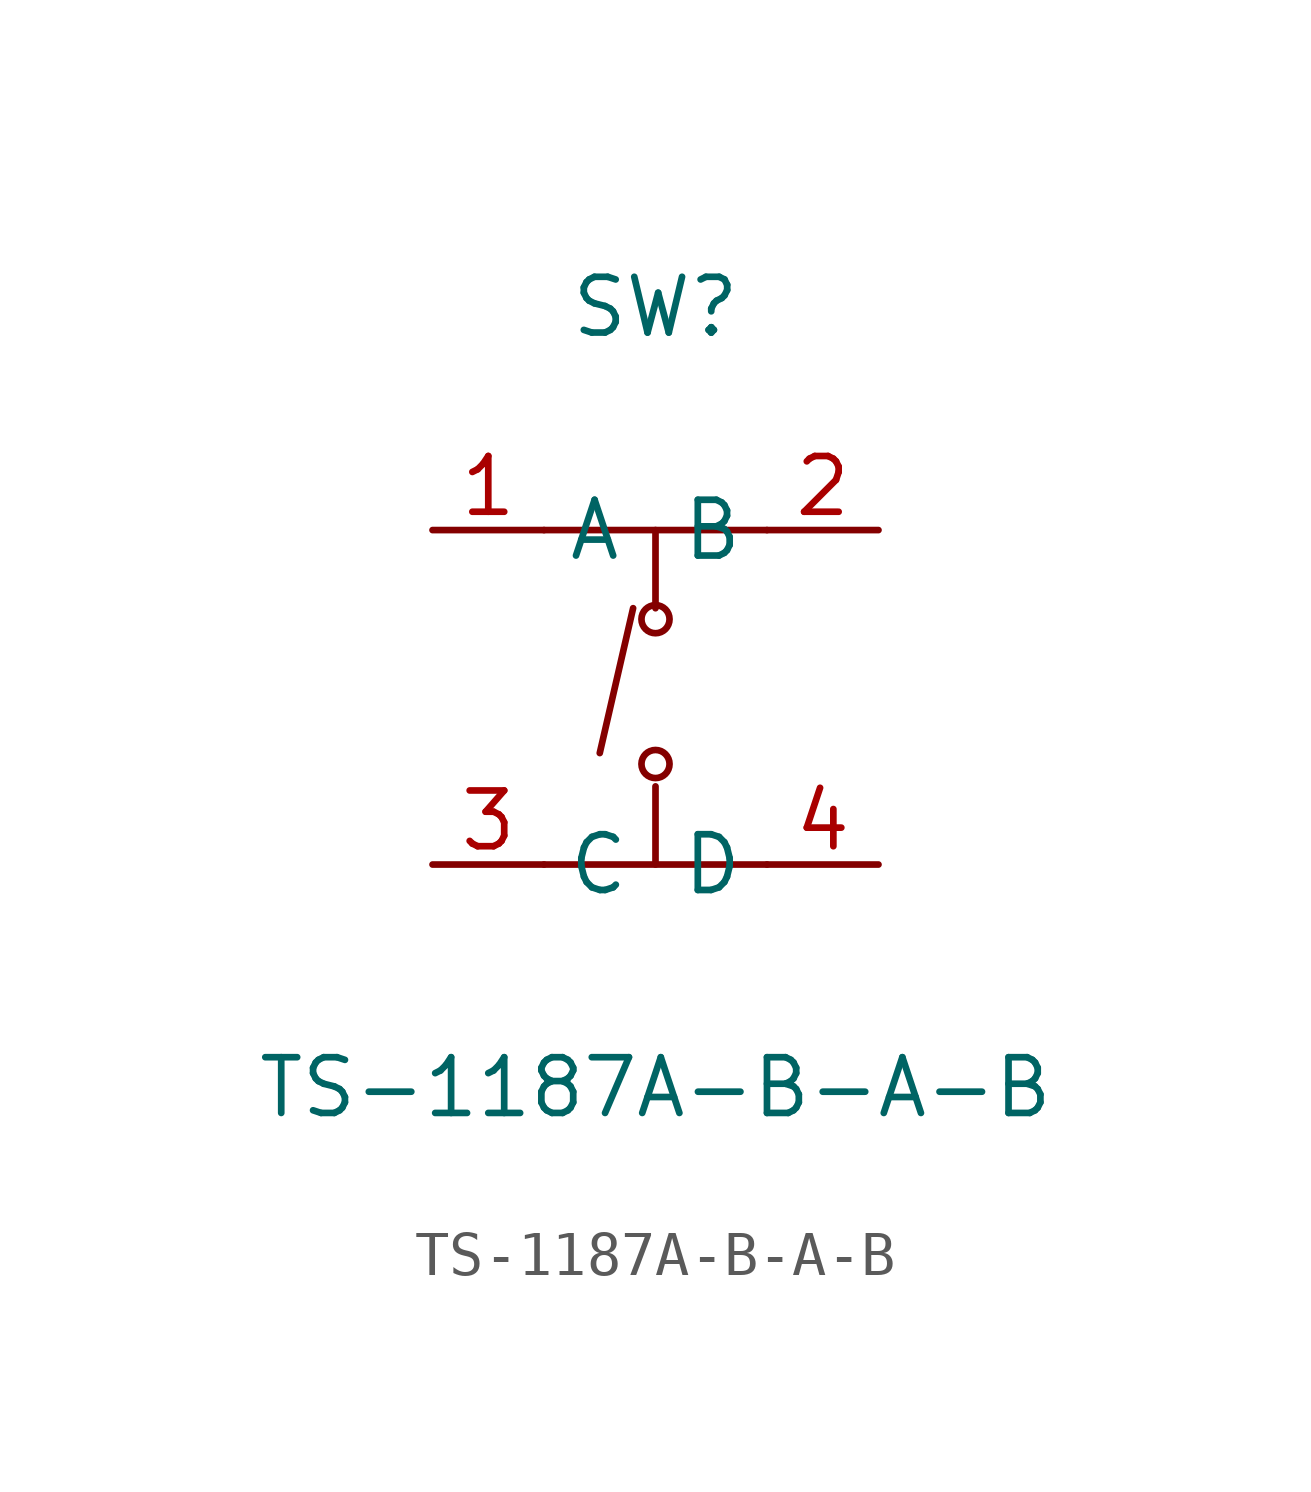
<source format=kicad_sym>
(kicad_symbol_lib
  (version 20241209)
  (generator "kicad_symbol_editor")
  (generator_version "9.0")
  (symbol "TS-1187A-B-A-B"
    (property "Reference" "SW"
      (at 0 7.62 0)
      (effects (font (size 1.27 1.27))))
    (property "Value" "TS-1187A-B-A-B"
      (at 0 -10.16 0)
      (effects (font (size 1.27 1.27))))
    (symbol "TS-1187A-B-A-B_0_1"
      (polyline (pts (xy -2.54 2.54) (xy 2.54 2.54)) (stroke (width 0) (type default)) (fill (type none)))
      (polyline (pts (xy -2.54 -5.08) (xy 2.54 -5.08)) (stroke (width 0) (type default)) (fill (type none)))
      (polyline (pts (xy -0.51 0.76) (xy -1.27 -2.54)) (stroke (width 0) (type default)) (fill (type none)))
      (polyline (pts (xy 0 0.76) (xy 0 2.54)) (stroke (width 0) (type default)) (fill (type none)))
      (circle (center 0 0.51) (radius 0.32) (stroke (width 0) (type default)) (fill (type none)))
      (circle (center 0 -2.79) (radius 0.32) (stroke (width 0) (type default)) (fill (type none)))
      (polyline (pts (xy 0 -3.3) (xy 0 -5.08)) (stroke (width 0) (type default)) (fill (type none)))
      (pin passive line (at -5.08 2.54 0) (length 2.54) (name "A" (effects (font (size 1.27 1.27)))) (number "1" (effects (font (size 1.27 1.27)))))
      (pin passive line (at -5.08 -5.08 0) (length 2.54) (name "C" (effects (font (size 1.27 1.27)))) (number "3" (effects (font (size 1.27 1.27)))))
      (pin passive line (at 5.08 2.54 180) (length 2.54) (name "B" (effects (font (size 1.27 1.27)))) (number "2" (effects (font (size 1.27 1.27)))))
      (pin passive line (at 5.08 -5.08 180) (length 2.54) (name "D" (effects (font (size 1.27 1.27)))) (number "4" (effects (font (size 1.27 1.27))))))))
</source>
